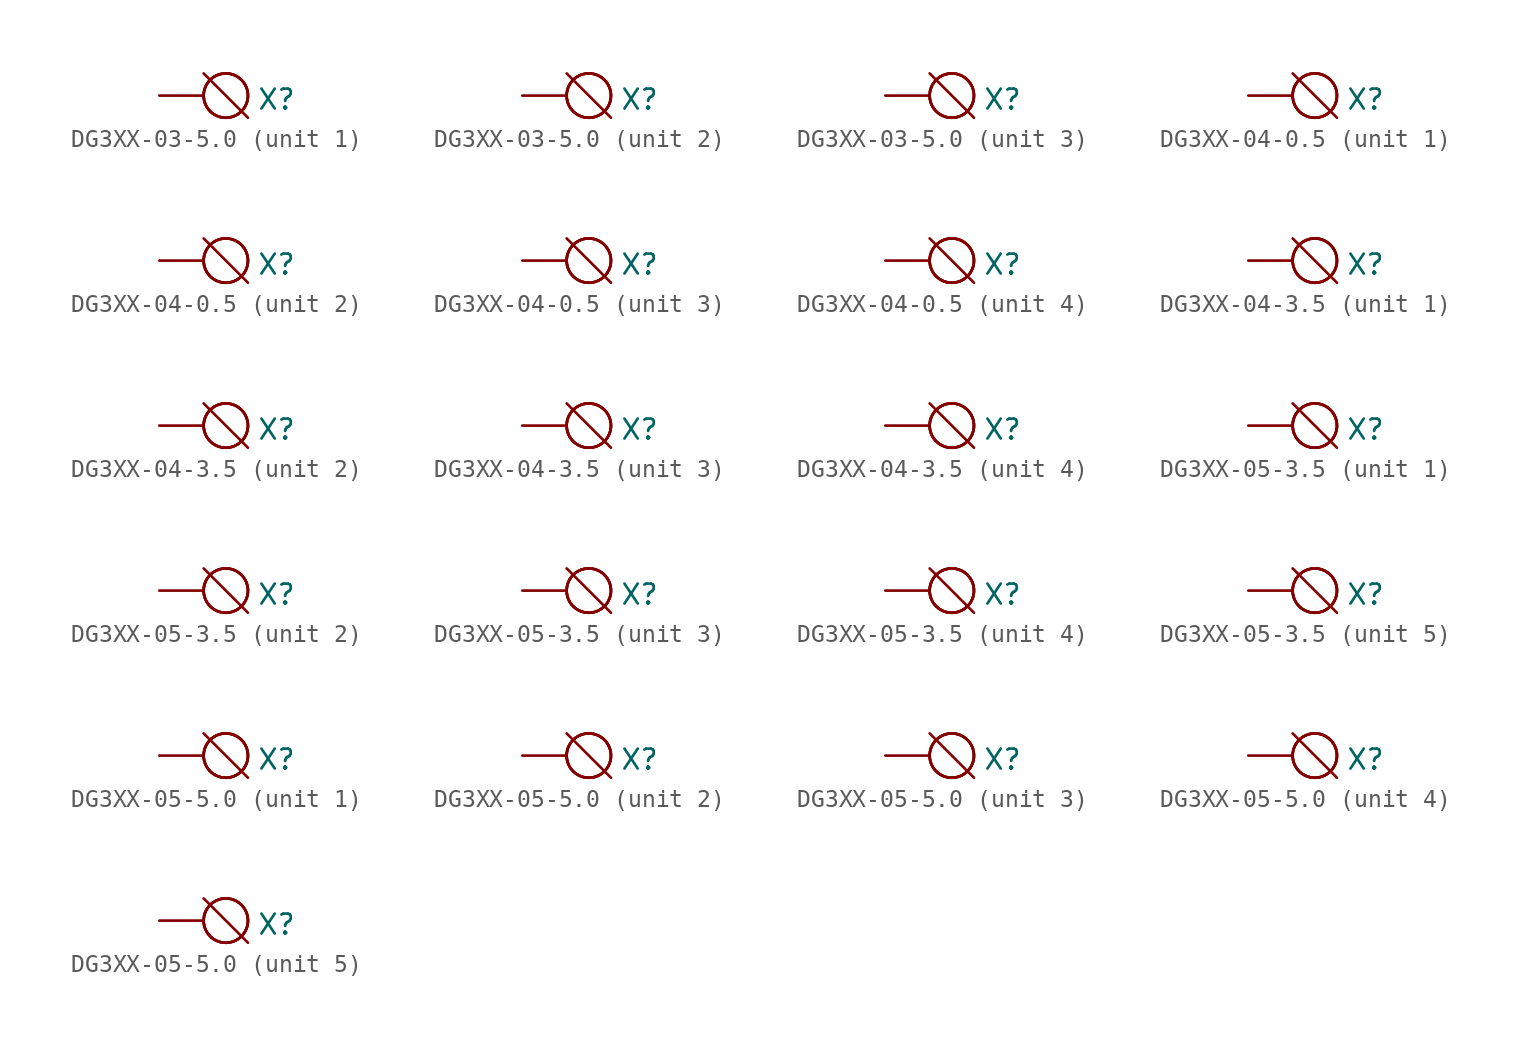
<source format=kicad_sym>
(kicad_symbol_lib
  (version 20211014)
  (generator kicad_symbol_editor)
  (symbol "DG3XX-03-5.0"
    (pin_numbers hide)
    (pin_names
      (offset 1.016) hide)
    (property "Reference" "X"
      (at 3.048 -0.889 0)
      (effects (font (size 1.143 1.143)) (justify left bottom)))
    (property "ki_locked" ""
      (at 0 0 0)
      (effects (font (size 1.27 1.27))))
    (symbol "DG3XX-03-5.0_1_0"
      (polyline (pts (xy 0 1.27) (xy 2.54 -1.27)) (stroke (width 0) (type default) (color 0 0 0 0)) (fill (type none))))
    (symbol "DG3XX-03-5.0_1_1"
      (circle (center 1.27 0) (radius 1.27) (stroke (width 0) (type default) (color 0 0 0 0)) (fill (type none)))
      (circle (center 1.27 0) (radius 1.27) (stroke (width 0) (type default) (color 0 0 0 0)) (fill (type none)))
      (circle (center 1.27 0) (radius 1.27) (stroke (width 0) (type default) (color 0 0 0 0)) (fill (type none)))
      (pin passive line (at -2.54 0 0) (length 2.54) (name "KL" (effects (font (size 1.016 1.016)))) (number "1" (effects (font (size 1.016 1.016))))))
    (symbol "DG3XX-03-5.0_2_0"
      (polyline (pts (xy 0 1.27) (xy 2.54 -1.27)) (stroke (width 0) (type default) (color 0 0 0 0)) (fill (type none))))
    (symbol "DG3XX-03-5.0_2_1"
      (circle (center 1.27 0) (radius 1.27) (stroke (width 0) (type default) (color 0 0 0 0)) (fill (type none)))
      (circle (center 1.27 0) (radius 1.27) (stroke (width 0) (type default) (color 0 0 0 0)) (fill (type none)))
      (circle (center 1.27 0) (radius 1.27) (stroke (width 0) (type default) (color 0 0 0 0)) (fill (type none)))
      (pin passive line (at -2.54 0 0) (length 2.54) (name "KL" (effects (font (size 1.016 1.016)))) (number "2" (effects (font (size 1.016 1.016))))))
    (symbol "DG3XX-03-5.0_3_0"
      (polyline (pts (xy 0 1.27) (xy 2.54 -1.27)) (stroke (width 0) (type default) (color 0 0 0 0)) (fill (type none))))
    (symbol "DG3XX-03-5.0_3_1"
      (circle (center 1.27 0) (radius 1.27) (stroke (width 0) (type default) (color 0 0 0 0)) (fill (type none)))
      (circle (center 1.27 0) (radius 1.27) (stroke (width 0) (type default) (color 0 0 0 0)) (fill (type none)))
      (circle (center 1.27 0) (radius 1.27) (stroke (width 0) (type default) (color 0 0 0 0)) (fill (type none)))
      (pin passive line (at -2.54 0 0) (length 2.54) (name "KL" (effects (font (size 1.016 1.016)))) (number "3" (effects (font (size 1.016 1.016)))))))
  (symbol "DG3XX-04-0.5"
    (pin_numbers hide)
    (pin_names
      (offset 1.016) hide)
    (property "Reference" "X"
      (at 3.048 -0.889 0)
      (effects (font (size 1.143 1.143)) (justify left bottom)))
    (property "ki_locked" ""
      (at 0 0 0)
      (effects (font (size 1.27 1.27))))
    (symbol "DG3XX-04-0.5_1_0"
      (polyline (pts (xy 0 1.27) (xy 2.54 -1.27)) (stroke (width 0) (type default) (color 0 0 0 0)) (fill (type none))))
    (symbol "DG3XX-04-0.5_1_1"
      (circle (center 1.27 0) (radius 1.27) (stroke (width 0) (type default) (color 0 0 0 0)) (fill (type none)))
      (circle (center 1.27 0) (radius 1.27) (stroke (width 0) (type default) (color 0 0 0 0)) (fill (type none)))
      (circle (center 1.27 0) (radius 1.27) (stroke (width 0) (type default) (color 0 0 0 0)) (fill (type none)))
      (pin passive line (at -2.54 0 0) (length 2.54) (name "KL" (effects (font (size 1.016 1.016)))) (number "1" (effects (font (size 1.016 1.016))))))
    (symbol "DG3XX-04-0.5_2_0"
      (polyline (pts (xy 0 1.27) (xy 2.54 -1.27)) (stroke (width 0) (type default) (color 0 0 0 0)) (fill (type none))))
    (symbol "DG3XX-04-0.5_2_1"
      (circle (center 1.27 0) (radius 1.27) (stroke (width 0) (type default) (color 0 0 0 0)) (fill (type none)))
      (circle (center 1.27 0) (radius 1.27) (stroke (width 0) (type default) (color 0 0 0 0)) (fill (type none)))
      (circle (center 1.27 0) (radius 1.27) (stroke (width 0) (type default) (color 0 0 0 0)) (fill (type none)))
      (pin passive line (at -2.54 0 0) (length 2.54) (name "KL" (effects (font (size 1.016 1.016)))) (number "2" (effects (font (size 1.016 1.016))))))
    (symbol "DG3XX-04-0.5_3_0"
      (polyline (pts (xy 0 1.27) (xy 2.54 -1.27)) (stroke (width 0) (type default) (color 0 0 0 0)) (fill (type none))))
    (symbol "DG3XX-04-0.5_3_1"
      (circle (center 1.27 0) (radius 1.27) (stroke (width 0) (type default) (color 0 0 0 0)) (fill (type none)))
      (circle (center 1.27 0) (radius 1.27) (stroke (width 0) (type default) (color 0 0 0 0)) (fill (type none)))
      (circle (center 1.27 0) (radius 1.27) (stroke (width 0) (type default) (color 0 0 0 0)) (fill (type none)))
      (pin passive line (at -2.54 0 0) (length 2.54) (name "KL" (effects (font (size 1.016 1.016)))) (number "3" (effects (font (size 1.016 1.016))))))
    (symbol "DG3XX-04-0.5_4_0"
      (polyline (pts (xy 0 1.27) (xy 2.54 -1.27)) (stroke (width 0) (type default) (color 0 0 0 0)) (fill (type none))))
    (symbol "DG3XX-04-0.5_4_1"
      (circle (center 1.27 0) (radius 1.27) (stroke (width 0) (type default) (color 0 0 0 0)) (fill (type none)))
      (circle (center 1.27 0) (radius 1.27) (stroke (width 0) (type default) (color 0 0 0 0)) (fill (type none)))
      (circle (center 1.27 0) (radius 1.27) (stroke (width 0) (type default) (color 0 0 0 0)) (fill (type none)))
      (pin passive line (at -2.54 0 0) (length 2.54) (name "KL" (effects (font (size 1.016 1.016)))) (number "4" (effects (font (size 1.016 1.016)))))))
  (symbol "DG3XX-04-3.5"
    (pin_numbers hide)
    (pin_names
      (offset 1.016) hide)
    (property "Reference" "X"
      (at 3.048 -0.889 0)
      (effects (font (size 1.143 1.143)) (justify left bottom)))
    (property "ki_locked" ""
      (at 0 0 0)
      (effects (font (size 1.27 1.27))))
    (symbol "DG3XX-04-3.5_1_0"
      (polyline (pts (xy 0 1.27) (xy 2.54 -1.27)) (stroke (width 0) (type default) (color 0 0 0 0)) (fill (type none))))
    (symbol "DG3XX-04-3.5_1_1"
      (circle (center 1.27 0) (radius 1.27) (stroke (width 0) (type default) (color 0 0 0 0)) (fill (type none)))
      (circle (center 1.27 0) (radius 1.27) (stroke (width 0) (type default) (color 0 0 0 0)) (fill (type none)))
      (circle (center 1.27 0) (radius 1.27) (stroke (width 0) (type default) (color 0 0 0 0)) (fill (type none)))
      (pin passive line (at -2.54 0 0) (length 2.54) (name "KL" (effects (font (size 1.016 1.016)))) (number "1" (effects (font (size 1.016 1.016))))))
    (symbol "DG3XX-04-3.5_2_0"
      (polyline (pts (xy 0 1.27) (xy 2.54 -1.27)) (stroke (width 0) (type default) (color 0 0 0 0)) (fill (type none))))
    (symbol "DG3XX-04-3.5_2_1"
      (circle (center 1.27 0) (radius 1.27) (stroke (width 0) (type default) (color 0 0 0 0)) (fill (type none)))
      (circle (center 1.27 0) (radius 1.27) (stroke (width 0) (type default) (color 0 0 0 0)) (fill (type none)))
      (circle (center 1.27 0) (radius 1.27) (stroke (width 0) (type default) (color 0 0 0 0)) (fill (type none)))
      (pin passive line (at -2.54 0 0) (length 2.54) (name "KL" (effects (font (size 1.016 1.016)))) (number "2" (effects (font (size 1.016 1.016))))))
    (symbol "DG3XX-04-3.5_3_0"
      (polyline (pts (xy 0 1.27) (xy 2.54 -1.27)) (stroke (width 0) (type default) (color 0 0 0 0)) (fill (type none))))
    (symbol "DG3XX-04-3.5_3_1"
      (circle (center 1.27 0) (radius 1.27) (stroke (width 0) (type default) (color 0 0 0 0)) (fill (type none)))
      (circle (center 1.27 0) (radius 1.27) (stroke (width 0) (type default) (color 0 0 0 0)) (fill (type none)))
      (circle (center 1.27 0) (radius 1.27) (stroke (width 0) (type default) (color 0 0 0 0)) (fill (type none)))
      (pin passive line (at -2.54 0 0) (length 2.54) (name "KL" (effects (font (size 1.016 1.016)))) (number "3" (effects (font (size 1.016 1.016))))))
    (symbol "DG3XX-04-3.5_4_0"
      (polyline (pts (xy 0 1.27) (xy 2.54 -1.27)) (stroke (width 0) (type default) (color 0 0 0 0)) (fill (type none))))
    (symbol "DG3XX-04-3.5_4_1"
      (circle (center 1.27 0) (radius 1.27) (stroke (width 0) (type default) (color 0 0 0 0)) (fill (type none)))
      (circle (center 1.27 0) (radius 1.27) (stroke (width 0) (type default) (color 0 0 0 0)) (fill (type none)))
      (circle (center 1.27 0) (radius 1.27) (stroke (width 0) (type default) (color 0 0 0 0)) (fill (type none)))
      (pin passive line (at -2.54 0 0) (length 2.54) (name "KL" (effects (font (size 1.016 1.016)))) (number "4" (effects (font (size 1.016 1.016)))))))
  (symbol "DG3XX-05-3.5"
    (pin_numbers hide)
    (pin_names
      (offset 1.016) hide)
    (property "Reference" "X"
      (at 3.048 -0.889 0)
      (effects (font (size 1.143 1.143)) (justify left bottom)))
    (property "ki_locked" ""
      (at 0 0 0)
      (effects (font (size 1.27 1.27))))
    (symbol "DG3XX-05-3.5_1_0"
      (polyline (pts (xy 0 1.27) (xy 2.54 -1.27)) (stroke (width 0) (type default) (color 0 0 0 0)) (fill (type none))))
    (symbol "DG3XX-05-3.5_1_1"
      (circle (center 1.27 0) (radius 1.27) (stroke (width 0) (type default) (color 0 0 0 0)) (fill (type none)))
      (circle (center 1.27 0) (radius 1.27) (stroke (width 0) (type default) (color 0 0 0 0)) (fill (type none)))
      (circle (center 1.27 0) (radius 1.27) (stroke (width 0) (type default) (color 0 0 0 0)) (fill (type none)))
      (pin passive line (at -2.54 0 0) (length 2.54) (name "KL" (effects (font (size 1.016 1.016)))) (number "1" (effects (font (size 1.016 1.016))))))
    (symbol "DG3XX-05-3.5_2_0"
      (polyline (pts (xy 0 1.27) (xy 2.54 -1.27)) (stroke (width 0) (type default) (color 0 0 0 0)) (fill (type none))))
    (symbol "DG3XX-05-3.5_2_1"
      (circle (center 1.27 0) (radius 1.27) (stroke (width 0) (type default) (color 0 0 0 0)) (fill (type none)))
      (circle (center 1.27 0) (radius 1.27) (stroke (width 0) (type default) (color 0 0 0 0)) (fill (type none)))
      (circle (center 1.27 0) (radius 1.27) (stroke (width 0) (type default) (color 0 0 0 0)) (fill (type none)))
      (pin passive line (at -2.54 0 0) (length 2.54) (name "KL" (effects (font (size 1.016 1.016)))) (number "2" (effects (font (size 1.016 1.016))))))
    (symbol "DG3XX-05-3.5_3_0"
      (polyline (pts (xy 0 1.27) (xy 2.54 -1.27)) (stroke (width 0) (type default) (color 0 0 0 0)) (fill (type none))))
    (symbol "DG3XX-05-3.5_3_1"
      (circle (center 1.27 0) (radius 1.27) (stroke (width 0) (type default) (color 0 0 0 0)) (fill (type none)))
      (circle (center 1.27 0) (radius 1.27) (stroke (width 0) (type default) (color 0 0 0 0)) (fill (type none)))
      (circle (center 1.27 0) (radius 1.27) (stroke (width 0) (type default) (color 0 0 0 0)) (fill (type none)))
      (pin passive line (at -2.54 0 0) (length 2.54) (name "KL" (effects (font (size 1.016 1.016)))) (number "3" (effects (font (size 1.016 1.016))))))
    (symbol "DG3XX-05-3.5_4_0"
      (polyline (pts (xy 0 1.27) (xy 2.54 -1.27)) (stroke (width 0) (type default) (color 0 0 0 0)) (fill (type none))))
    (symbol "DG3XX-05-3.5_4_1"
      (circle (center 1.27 0) (radius 1.27) (stroke (width 0) (type default) (color 0 0 0 0)) (fill (type none)))
      (circle (center 1.27 0) (radius 1.27) (stroke (width 0) (type default) (color 0 0 0 0)) (fill (type none)))
      (circle (center 1.27 0) (radius 1.27) (stroke (width 0) (type default) (color 0 0 0 0)) (fill (type none)))
      (pin passive line (at -2.54 0 0) (length 2.54) (name "KL" (effects (font (size 1.016 1.016)))) (number "4" (effects (font (size 1.016 1.016))))))
    (symbol "DG3XX-05-3.5_5_0"
      (polyline (pts (xy 0 1.27) (xy 2.54 -1.27)) (stroke (width 0) (type default) (color 0 0 0 0)) (fill (type none))))
    (symbol "DG3XX-05-3.5_5_1"
      (circle (center 1.27 0) (radius 1.27) (stroke (width 0) (type default) (color 0 0 0 0)) (fill (type none)))
      (circle (center 1.27 0) (radius 1.27) (stroke (width 0) (type default) (color 0 0 0 0)) (fill (type none)))
      (circle (center 1.27 0) (radius 1.27) (stroke (width 0) (type default) (color 0 0 0 0)) (fill (type none)))
      (pin passive line (at -2.54 0 0) (length 2.54) (name "KL" (effects (font (size 1.016 1.016)))) (number "5" (effects (font (size 1.016 1.016)))))))
  (symbol "DG3XX-05-5.0"
    (pin_numbers hide)
    (pin_names
      (offset 1.016) hide)
    (property "Reference" "X"
      (at 3.048 -0.889 0)
      (effects (font (size 1.143 1.143)) (justify left bottom)))
    (property "ki_locked" ""
      (at 0 0 0)
      (effects (font (size 1.27 1.27))))
    (symbol "DG3XX-05-5.0_1_0"
      (polyline (pts (xy 0 1.27) (xy 2.54 -1.27)) (stroke (width 0) (type default) (color 0 0 0 0)) (fill (type none))))
    (symbol "DG3XX-05-5.0_1_1"
      (circle (center 1.27 0) (radius 1.27) (stroke (width 0) (type default) (color 0 0 0 0)) (fill (type none)))
      (circle (center 1.27 0) (radius 1.27) (stroke (width 0) (type default) (color 0 0 0 0)) (fill (type none)))
      (circle (center 1.27 0) (radius 1.27) (stroke (width 0) (type default) (color 0 0 0 0)) (fill (type none)))
      (pin passive line (at -2.54 0 0) (length 2.54) (name "KL" (effects (font (size 1.016 1.016)))) (number "1" (effects (font (size 1.016 1.016))))))
    (symbol "DG3XX-05-5.0_2_0"
      (polyline (pts (xy 0 1.27) (xy 2.54 -1.27)) (stroke (width 0) (type default) (color 0 0 0 0)) (fill (type none))))
    (symbol "DG3XX-05-5.0_2_1"
      (circle (center 1.27 0) (radius 1.27) (stroke (width 0) (type default) (color 0 0 0 0)) (fill (type none)))
      (circle (center 1.27 0) (radius 1.27) (stroke (width 0) (type default) (color 0 0 0 0)) (fill (type none)))
      (circle (center 1.27 0) (radius 1.27) (stroke (width 0) (type default) (color 0 0 0 0)) (fill (type none)))
      (pin passive line (at -2.54 0 0) (length 2.54) (name "KL" (effects (font (size 1.016 1.016)))) (number "2" (effects (font (size 1.016 1.016))))))
    (symbol "DG3XX-05-5.0_3_0"
      (polyline (pts (xy 0 1.27) (xy 2.54 -1.27)) (stroke (width 0) (type default) (color 0 0 0 0)) (fill (type none))))
    (symbol "DG3XX-05-5.0_3_1"
      (circle (center 1.27 0) (radius 1.27) (stroke (width 0) (type default) (color 0 0 0 0)) (fill (type none)))
      (circle (center 1.27 0) (radius 1.27) (stroke (width 0) (type default) (color 0 0 0 0)) (fill (type none)))
      (circle (center 1.27 0) (radius 1.27) (stroke (width 0) (type default) (color 0 0 0 0)) (fill (type none)))
      (pin passive line (at -2.54 0 0) (length 2.54) (name "KL" (effects (font (size 1.016 1.016)))) (number "3" (effects (font (size 1.016 1.016))))))
    (symbol "DG3XX-05-5.0_4_0"
      (polyline (pts (xy 0 1.27) (xy 2.54 -1.27)) (stroke (width 0) (type default) (color 0 0 0 0)) (fill (type none))))
    (symbol "DG3XX-05-5.0_4_1"
      (circle (center 1.27 0) (radius 1.27) (stroke (width 0) (type default) (color 0 0 0 0)) (fill (type none)))
      (circle (center 1.27 0) (radius 1.27) (stroke (width 0) (type default) (color 0 0 0 0)) (fill (type none)))
      (circle (center 1.27 0) (radius 1.27) (stroke (width 0) (type default) (color 0 0 0 0)) (fill (type none)))
      (pin passive line (at -2.54 0 0) (length 2.54) (name "KL" (effects (font (size 1.016 1.016)))) (number "4" (effects (font (size 1.016 1.016))))))
    (symbol "DG3XX-05-5.0_5_0"
      (polyline (pts (xy 0 1.27) (xy 2.54 -1.27)) (stroke (width 0) (type default) (color 0 0 0 0)) (fill (type none))))
    (symbol "DG3XX-05-5.0_5_1"
      (circle (center 1.27 0) (radius 1.27) (stroke (width 0) (type default) (color 0 0 0 0)) (fill (type none)))
      (circle (center 1.27 0) (radius 1.27) (stroke (width 0) (type default) (color 0 0 0 0)) (fill (type none)))
      (circle (center 1.27 0) (radius 1.27) (stroke (width 0) (type default) (color 0 0 0 0)) (fill (type none)))
      (pin passive line (at -2.54 0 0) (length 2.54) (name "KL" (effects (font (size 1.016 1.016)))) (number "5" (effects (font (size 1.016 1.016))))))))
</source>
